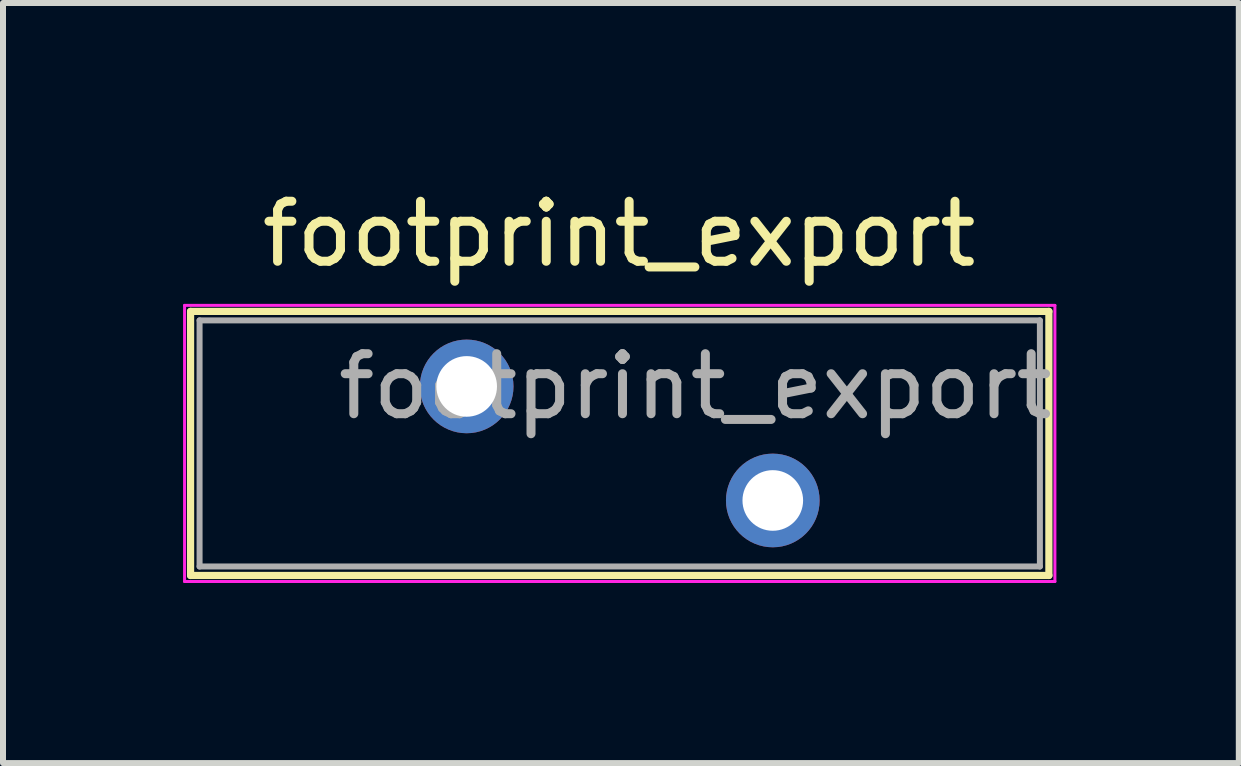
<source format=kicad_pcb>
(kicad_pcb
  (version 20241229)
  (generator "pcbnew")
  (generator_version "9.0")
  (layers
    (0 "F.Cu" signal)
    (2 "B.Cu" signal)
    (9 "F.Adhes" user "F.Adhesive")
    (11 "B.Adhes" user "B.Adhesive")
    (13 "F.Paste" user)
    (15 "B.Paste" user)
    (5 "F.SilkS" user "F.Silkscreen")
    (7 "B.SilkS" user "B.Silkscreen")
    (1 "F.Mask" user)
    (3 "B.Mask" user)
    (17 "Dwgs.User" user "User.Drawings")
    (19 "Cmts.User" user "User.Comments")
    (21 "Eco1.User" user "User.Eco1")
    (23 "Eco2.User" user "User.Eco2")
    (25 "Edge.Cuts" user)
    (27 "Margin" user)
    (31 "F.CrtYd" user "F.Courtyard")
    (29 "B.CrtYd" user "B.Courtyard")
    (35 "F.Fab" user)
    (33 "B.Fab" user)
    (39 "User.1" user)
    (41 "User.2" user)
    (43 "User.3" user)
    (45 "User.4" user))
  (footprint "footprint_export"
    (layer "F.Cu")
    (at 4.725 3.388)
    (property "Reference" "footprint_export" (at 2.54 -2.54 0) (layer "F.SilkS") (effects (font (size 1 1) (thickness 0.15))))
    (attr through_hole)
    (fp_line (start -4.6 -1.25) (end -4.6 3.15) (stroke (width 0.12) (type solid)) (layer "F.SilkS"))
    (fp_line (start -4.6 -1.25) (end 9.7 -1.25) (stroke (width 0.12) (type solid)) (layer "F.SilkS"))
    (fp_line (start -4.6 3.15) (end 9.7 3.15) (stroke (width 0.12) (type solid)) (layer "F.SilkS"))
    (fp_line (start 9.7 -1.25) (end 9.7 3.15) (stroke (width 0.12) (type solid)) (layer "F.SilkS"))
    (fp_line (start -4.7 -1.35) (end -4.7 3.25) (stroke (width 0.05) (type solid)) (layer "F.CrtYd"))
    (fp_line (start -4.7 -1.35) (end 9.8 -1.35) (stroke (width 0.05) (type solid)) (layer "F.CrtYd"))
    (fp_line (start -4.7 3.25) (end 9.8 3.25) (stroke (width 0.05) (type solid)) (layer "F.CrtYd"))
    (fp_line (start 9.8 -1.35) (end 9.8 3.25) (stroke (width 0.05) (type solid)) (layer "F.CrtYd"))
    (fp_line (start -4.45 -1.1) (end -4.45 3) (stroke (width 0.1) (type solid)) (layer "F.Fab"))
    (fp_line (start -4.45 -1.1) (end 9.55 -1.1) (stroke (width 0.1) (type solid)) (layer "F.Fab"))
    (fp_line (start -4.45 3) (end 9.55 3) (stroke (width 0.1) (type solid)) (layer "F.Fab"))
    (fp_line (start 9.55 -1.1) (end 9.55 3) (stroke (width 0.1) (type solid)) (layer "F.Fab"))
    (fp_text user "${REFERENCE}" (at 3.81 0 0) (layer "F.Fab") (effects (font (size 1 1) (thickness 0.15))))
    (pad "1" thru_hole circle (at 0 0) (size 1.56 1.56) (drill 1.01) (layers "*.Cu" "*.Mask"))
    (pad "2" thru_hole circle (at 5.1 1.9) (size 1.56 1.56) (drill 1.01) (layers "*.Cu" "*.Mask")))
  (gr_rect
    (start -3 -3)
    (end 17.589 9.663)
    (stroke (width 0.1) (type default))
    (fill no)
    (layer "Edge.Cuts")))
</source>
